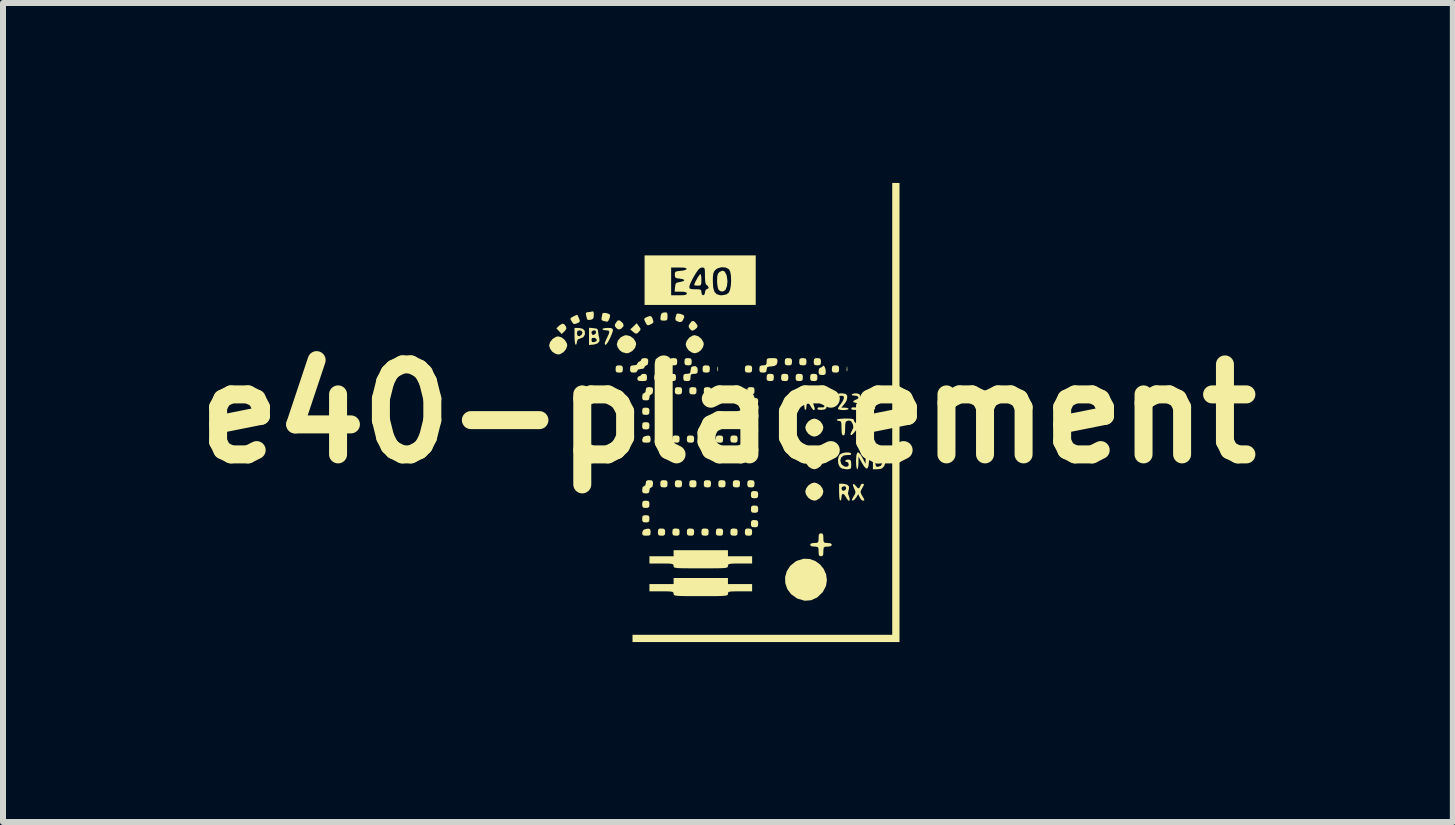
<source format=kicad_pcb>
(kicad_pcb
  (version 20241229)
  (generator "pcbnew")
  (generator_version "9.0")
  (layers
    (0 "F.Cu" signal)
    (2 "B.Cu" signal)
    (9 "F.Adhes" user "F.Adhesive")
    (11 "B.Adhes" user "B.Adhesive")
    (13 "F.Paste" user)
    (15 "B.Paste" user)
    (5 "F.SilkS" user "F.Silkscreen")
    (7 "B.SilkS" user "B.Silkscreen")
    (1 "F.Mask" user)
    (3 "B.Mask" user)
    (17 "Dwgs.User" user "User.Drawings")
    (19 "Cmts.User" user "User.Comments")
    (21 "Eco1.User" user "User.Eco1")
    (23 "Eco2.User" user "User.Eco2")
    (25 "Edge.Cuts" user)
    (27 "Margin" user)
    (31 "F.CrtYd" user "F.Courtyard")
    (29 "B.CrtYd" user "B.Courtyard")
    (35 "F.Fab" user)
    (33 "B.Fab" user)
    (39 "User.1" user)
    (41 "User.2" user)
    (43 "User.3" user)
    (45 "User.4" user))
  (footprint "e40-placement"
    (layer "F.Cu")
    (at 9.086 3.847)
    (property "Reference" "e40-placement" (at 0 0 0) (layer "F.SilkS") (effects (font (size 1.5 1.5) (thickness 0.3))))
    (attr board_only exclude_from_pos_files exclude_from_bom)
    (fp_poly (pts (xy -0.167 -0.781) (xy -0.164 -0.729) (xy -0.167 -0.71) (xy -0.173 -0.704) (xy -0.176 -0.732) (xy -0.177 -0.745) (xy -0.175 -0.782) (xy -0.169 -0.786)) (stroke (width 0) (type solid)) (fill yes) (layer "F.SilkS"))
    (fp_poly (pts (xy 1.78 -0.195) (xy 1.793 -0.181) (xy 1.775 -0.166) (xy 1.742 -0.161) (xy 1.704 -0.168) (xy 1.692 -0.181) (xy 1.709 -0.196) (xy 1.742 -0.201)) (stroke (width 0) (type solid)) (fill yes) (layer "F.SilkS"))
    (fp_poly (pts (xy 1.988 -0.781) (xy 1.991 -0.729) (xy 1.988 -0.71) (xy 1.982 -0.704) (xy 1.979 -0.732) (xy 1.979 -0.745) (xy 1.981 -0.782) (xy 1.986 -0.786)) (stroke (width 0) (type solid)) (fill yes) (layer "F.SilkS"))
    (fp_poly (pts (xy -2.73 -1.493) (xy -2.7 -1.452) (xy -2.693 -1.417) (xy -2.718 -1.381) (xy -2.727 -1.372) (xy -2.772 -1.329) (xy -2.816 -1.376) (xy -2.86 -1.423) (xy -2.812 -1.469) (xy -2.766 -1.5)) (stroke (width 0) (type solid)) (fill yes) (layer "F.SilkS"))
    (fp_poly (pts (xy -1.484 -1.457) (xy -1.459 -1.42) (xy -1.46 -1.396) (xy -1.482 -1.368) (xy -1.513 -1.338) (xy -1.539 -1.335) (xy -1.575 -1.359) (xy -1.585 -1.368) (xy -1.629 -1.405) (xy -1.575 -1.456) (xy -1.521 -1.508)) (stroke (width 0) (type solid)) (fill yes) (layer "F.SilkS"))
    (fp_poly (pts (xy -1.793 -1.546) (xy -1.747 -1.504) (xy -1.74 -1.461) (xy -1.774 -1.422) (xy -1.791 -1.411) (xy -1.828 -1.404) (xy -1.863 -1.43) (xy -1.886 -1.461) (xy -1.884 -1.488) (xy -1.865 -1.52) (xy -1.838 -1.554) (xy -1.812 -1.557)) (stroke (width 0) (type solid)) (fill yes) (layer "F.SilkS"))
    (fp_poly (pts (xy -1.77 -0.801) (xy -1.754 -0.777) (xy -1.752 -0.745) (xy -1.757 -0.702) (xy -1.781 -0.687) (xy -1.813 -0.685) (xy -1.856 -0.69) (xy -1.871 -0.713) (xy -1.873 -0.745) (xy -1.868 -0.788) (xy -1.845 -0.804) (xy -1.813 -0.806)) (stroke (width 0) (type solid)) (fill yes) (layer "F.SilkS"))
    (fp_poly (pts (xy -1.327 -0.096) (xy -1.311 -0.072) (xy -1.309 -0.04) (xy -1.314 0.003) (xy -1.338 0.018) (xy -1.37 0.02) (xy -1.413 0.015) (xy -1.428 -0.008) (xy -1.43 -0.04) (xy -1.425 -0.083) (xy -1.402 -0.099) (xy -1.37 -0.101)) (stroke (width 0) (type solid)) (fill yes) (layer "F.SilkS"))
    (fp_poly (pts (xy -1.327 0.146) (xy -1.311 0.17) (xy -1.309 0.201) (xy -1.314 0.244) (xy -1.338 0.26) (xy -1.37 0.262) (xy -1.413 0.257) (xy -1.428 0.233) (xy -1.43 0.201) (xy -1.425 0.159) (xy -1.402 0.143) (xy -1.37 0.141)) (stroke (width 0) (type solid)) (fill yes) (layer "F.SilkS"))
    (fp_poly (pts (xy -1.327 1.455) (xy -1.311 1.479) (xy -1.309 1.511) (xy -1.314 1.554) (xy -1.338 1.569) (xy -1.37 1.571) (xy -1.413 1.566) (xy -1.428 1.543) (xy -1.43 1.511) (xy -1.425 1.468) (xy -1.402 1.452) (xy -1.37 1.45)) (stroke (width 0) (type solid)) (fill yes) (layer "F.SilkS"))
    (fp_poly (pts (xy -1.327 1.697) (xy -1.311 1.721) (xy -1.309 1.752) (xy -1.314 1.795) (xy -1.338 1.811) (xy -1.37 1.813) (xy -1.413 1.808) (xy -1.428 1.784) (xy -1.43 1.752) (xy -1.425 1.71) (xy -1.402 1.694) (xy -1.37 1.692)) (stroke (width 0) (type solid)) (fill yes) (layer "F.SilkS"))
    (fp_poly (pts (xy -1.299 0.374) (xy -1.29 0.408) (xy -1.289 0.423) (xy -1.293 0.464) (xy -1.313 0.48) (xy -1.36 0.483) (xy -1.407 0.48) (xy -1.427 0.463) (xy -1.43 0.435) (xy -1.415 0.392) (xy -1.385 0.375) (xy -1.328 0.364)) (stroke (width 0) (type solid)) (fill yes) (layer "F.SilkS"))
    (fp_poly (pts (xy -1.299 1.925) (xy -1.29 1.959) (xy -1.289 1.974) (xy -1.293 2.015) (xy -1.313 2.031) (xy -1.36 2.034) (xy -1.407 2.031) (xy -1.427 2.014) (xy -1.43 1.986) (xy -1.415 1.943) (xy -1.385 1.926) (xy -1.328 1.915)) (stroke (width 0) (type solid)) (fill yes) (layer "F.SilkS"))
    (fp_poly (pts (xy -1.125 -0.66) (xy -1.11 -0.636) (xy -1.108 -0.604) (xy -1.113 -0.561) (xy -1.136 -0.546) (xy -1.168 -0.544) (xy -1.211 -0.549) (xy -1.227 -0.572) (xy -1.229 -0.604) (xy -1.224 -0.647) (xy -1.2 -0.663) (xy -1.168 -0.665)) (stroke (width 0) (type solid)) (fill yes) (layer "F.SilkS"))
    (fp_poly (pts (xy -1.105 -0.922) (xy -1.09 -0.898) (xy -1.088 -0.866) (xy -1.093 -0.823) (xy -1.116 -0.808) (xy -1.148 -0.806) (xy -1.191 -0.811) (xy -1.207 -0.834) (xy -1.209 -0.866) (xy -1.204 -0.909) (xy -1.18 -0.925) (xy -1.148 -0.927)) (stroke (width 0) (type solid)) (fill yes) (layer "F.SilkS"))
    (fp_poly (pts (xy -1.065 0.368) (xy -1.049 0.391) (xy -1.047 0.423) (xy -1.052 0.466) (xy -1.076 0.482) (xy -1.108 0.483) (xy -1.151 0.478) (xy -1.166 0.455) (xy -1.168 0.423) (xy -1.163 0.38) (xy -1.14 0.364) (xy -1.108 0.363)) (stroke (width 0) (type solid)) (fill yes) (layer "F.SilkS"))
    (fp_poly (pts (xy -1.065 1.919) (xy -1.049 1.942) (xy -1.047 1.974) (xy -1.052 2.017) (xy -1.076 2.033) (xy -1.108 2.034) (xy -1.151 2.029) (xy -1.166 2.006) (xy -1.168 1.974) (xy -1.163 1.931) (xy -1.14 1.915) (xy -1.108 1.914)) (stroke (width 0) (type solid)) (fill yes) (layer "F.SilkS"))
    (fp_poly (pts (xy -1.025 -0.438) (xy -1.009 -0.415) (xy -1.007 -0.383) (xy -1.012 -0.34) (xy -1.036 -0.324) (xy -1.068 -0.322) (xy -1.11 -0.327) (xy -1.126 -0.351) (xy -1.128 -0.383) (xy -1.123 -0.426) (xy -1.099 -0.441) (xy -1.068 -0.443)) (stroke (width 0) (type solid)) (fill yes) (layer "F.SilkS"))
    (fp_poly (pts (xy -1.025 1.113) (xy -1.009 1.136) (xy -1.007 1.168) (xy -1.012 1.211) (xy -1.036 1.227) (xy -1.068 1.229) (xy -1.11 1.224) (xy -1.126 1.2) (xy -1.128 1.168) (xy -1.123 1.125) (xy -1.099 1.11) (xy -1.068 1.108)) (stroke (width 0) (type solid)) (fill yes) (layer "F.SilkS"))
    (fp_poly (pts (xy -0.884 -0.66) (xy -0.868 -0.636) (xy -0.866 -0.604) (xy -0.871 -0.561) (xy -0.895 -0.546) (xy -0.927 -0.544) (xy -0.969 -0.549) (xy -0.985 -0.572) (xy -0.987 -0.604) (xy -0.982 -0.647) (xy -0.958 -0.663) (xy -0.927 -0.665)) (stroke (width 0) (type solid)) (fill yes) (layer "F.SilkS"))
    (fp_poly (pts (xy -0.864 -0.922) (xy -0.848 -0.898) (xy -0.846 -0.866) (xy -0.851 -0.823) (xy -0.875 -0.808) (xy -0.906 -0.806) (xy -0.949 -0.811) (xy -0.965 -0.834) (xy -0.967 -0.866) (xy -0.962 -0.909) (xy -0.938 -0.925) (xy -0.906 -0.927)) (stroke (width 0) (type solid)) (fill yes) (layer "F.SilkS"))
    (fp_poly (pts (xy -0.823 0.368) (xy -0.808 0.391) (xy -0.806 0.423) (xy -0.811 0.466) (xy -0.834 0.482) (xy -0.866 0.483) (xy -0.909 0.478) (xy -0.925 0.455) (xy -0.927 0.423) (xy -0.922 0.38) (xy -0.898 0.364) (xy -0.866 0.363)) (stroke (width 0) (type solid)) (fill yes) (layer "F.SilkS"))
    (fp_poly (pts (xy -0.823 1.919) (xy -0.808 1.942) (xy -0.806 1.974) (xy -0.811 2.017) (xy -0.834 2.033) (xy -0.866 2.034) (xy -0.909 2.029) (xy -0.925 2.006) (xy -0.927 1.974) (xy -0.922 1.931) (xy -0.898 1.915) (xy -0.866 1.914)) (stroke (width 0) (type solid)) (fill yes) (layer "F.SilkS"))
    (fp_poly (pts (xy -0.783 -0.438) (xy -0.767 -0.415) (xy -0.765 -0.383) (xy -0.77 -0.34) (xy -0.794 -0.324) (xy -0.826 -0.322) (xy -0.869 -0.327) (xy -0.884 -0.351) (xy -0.886 -0.383) (xy -0.881 -0.426) (xy -0.858 -0.441) (xy -0.826 -0.443)) (stroke (width 0) (type solid)) (fill yes) (layer "F.SilkS"))
    (fp_poly (pts (xy -0.783 1.113) (xy -0.767 1.136) (xy -0.765 1.168) (xy -0.77 1.211) (xy -0.794 1.227) (xy -0.826 1.229) (xy -0.869 1.224) (xy -0.884 1.2) (xy -0.886 1.168) (xy -0.881 1.125) (xy -0.858 1.11) (xy -0.826 1.108)) (stroke (width 0) (type solid)) (fill yes) (layer "F.SilkS"))
    (fp_poly (pts (xy -0.622 -0.922) (xy -0.606 -0.898) (xy -0.604 -0.866) (xy -0.609 -0.823) (xy -0.633 -0.808) (xy -0.665 -0.806) (xy -0.708 -0.811) (xy -0.723 -0.834) (xy -0.725 -0.866) (xy -0.72 -0.909) (xy -0.697 -0.925) (xy -0.665 -0.927)) (stroke (width 0) (type solid)) (fill yes) (layer "F.SilkS"))
    (fp_poly (pts (xy -0.582 0.368) (xy -0.566 0.391) (xy -0.564 0.423) (xy -0.569 0.466) (xy -0.593 0.482) (xy -0.624 0.483) (xy -0.667 0.478) (xy -0.683 0.455) (xy -0.685 0.423) (xy -0.68 0.38) (xy -0.656 0.364) (xy -0.624 0.363)) (stroke (width 0) (type solid)) (fill yes) (layer "F.SilkS"))
    (fp_poly (pts (xy -0.582 1.919) (xy -0.566 1.942) (xy -0.564 1.974) (xy -0.569 2.017) (xy -0.593 2.033) (xy -0.624 2.034) (xy -0.667 2.029) (xy -0.683 2.006) (xy -0.685 1.974) (xy -0.68 1.931) (xy -0.656 1.915) (xy -0.624 1.914)) (stroke (width 0) (type solid)) (fill yes) (layer "F.SilkS"))
    (fp_poly (pts (xy -0.541 -0.438) (xy -0.526 -0.415) (xy -0.524 -0.383) (xy -0.529 -0.34) (xy -0.552 -0.324) (xy -0.584 -0.322) (xy -0.627 -0.327) (xy -0.643 -0.351) (xy -0.645 -0.383) (xy -0.64 -0.426) (xy -0.616 -0.441) (xy -0.584 -0.443)) (stroke (width 0) (type solid)) (fill yes) (layer "F.SilkS"))
    (fp_poly (pts (xy -0.541 1.113) (xy -0.526 1.136) (xy -0.524 1.168) (xy -0.529 1.211) (xy -0.552 1.227) (xy -0.584 1.229) (xy -0.627 1.224) (xy -0.643 1.2) (xy -0.645 1.168) (xy -0.64 1.125) (xy -0.616 1.11) (xy -0.584 1.108)) (stroke (width 0) (type solid)) (fill yes) (layer "F.SilkS"))
    (fp_poly (pts (xy -0.34 0.368) (xy -0.324 0.391) (xy -0.322 0.423) (xy -0.327 0.466) (xy -0.351 0.482) (xy -0.383 0.483) (xy -0.426 0.478) (xy -0.441 0.455) (xy -0.443 0.423) (xy -0.438 0.38) (xy -0.415 0.364) (xy -0.383 0.363)) (stroke (width 0) (type solid)) (fill yes) (layer "F.SilkS"))
    (fp_poly (pts (xy -0.34 1.919) (xy -0.324 1.942) (xy -0.322 1.974) (xy -0.327 2.017) (xy -0.351 2.033) (xy -0.383 2.034) (xy -0.426 2.029) (xy -0.441 2.006) (xy -0.443 1.974) (xy -0.438 1.931) (xy -0.415 1.915) (xy -0.383 1.914)) (stroke (width 0) (type solid)) (fill yes) (layer "F.SilkS"))
    (fp_poly (pts (xy -0.32 -0.801) (xy -0.304 -0.777) (xy -0.302 -0.745) (xy -0.307 -0.702) (xy -0.331 -0.687) (xy -0.363 -0.685) (xy -0.405 -0.69) (xy -0.421 -0.713) (xy -0.423 -0.745) (xy -0.418 -0.788) (xy -0.394 -0.804) (xy -0.363 -0.806)) (stroke (width 0) (type solid)) (fill yes) (layer "F.SilkS"))
    (fp_poly (pts (xy -0.3 -0.438) (xy -0.284 -0.415) (xy -0.282 -0.383) (xy -0.287 -0.34) (xy -0.311 -0.324) (xy -0.342 -0.322) (xy -0.385 -0.327) (xy -0.401 -0.351) (xy -0.403 -0.383) (xy -0.398 -0.426) (xy -0.374 -0.441) (xy -0.342 -0.443)) (stroke (width 0) (type solid)) (fill yes) (layer "F.SilkS"))
    (fp_poly (pts (xy -0.3 1.113) (xy -0.284 1.136) (xy -0.282 1.168) (xy -0.287 1.211) (xy -0.311 1.227) (xy -0.342 1.229) (xy -0.385 1.224) (xy -0.401 1.2) (xy -0.403 1.168) (xy -0.398 1.125) (xy -0.374 1.11) (xy -0.342 1.108)) (stroke (width 0) (type solid)) (fill yes) (layer "F.SilkS"))
    (fp_poly (pts (xy -0.098 0.368) (xy -0.082 0.391) (xy -0.081 0.423) (xy -0.086 0.466) (xy -0.109 0.482) (xy -0.141 0.483) (xy -0.184 0.478) (xy -0.2 0.455) (xy -0.201 0.423) (xy -0.196 0.38) (xy -0.173 0.364) (xy -0.141 0.363)) (stroke (width 0) (type solid)) (fill yes) (layer "F.SilkS"))
    (fp_poly (pts (xy -0.098 1.919) (xy -0.082 1.942) (xy -0.081 1.974) (xy -0.086 2.017) (xy -0.109 2.033) (xy -0.141 2.034) (xy -0.184 2.029) (xy -0.2 2.006) (xy -0.201 1.974) (xy -0.196 1.931) (xy -0.173 1.915) (xy -0.141 1.914)) (stroke (width 0) (type solid)) (fill yes) (layer "F.SilkS"))
    (fp_poly (pts (xy -0.058 -0.438) (xy -0.042 -0.415) (xy -0.04 -0.383) (xy -0.045 -0.34) (xy -0.069 -0.324) (xy -0.101 -0.322) (xy -0.144 -0.327) (xy -0.159 -0.351) (xy -0.161 -0.383) (xy -0.156 -0.426) (xy -0.133 -0.441) (xy -0.101 -0.443)) (stroke (width 0) (type solid)) (fill yes) (layer "F.SilkS"))
    (fp_poly (pts (xy -0.058 1.113) (xy -0.042 1.136) (xy -0.04 1.168) (xy -0.045 1.211) (xy -0.069 1.227) (xy -0.101 1.229) (xy -0.144 1.224) (xy -0.159 1.2) (xy -0.161 1.168) (xy -0.156 1.125) (xy -0.133 1.11) (xy -0.101 1.108)) (stroke (width 0) (type solid)) (fill yes) (layer "F.SilkS"))
    (fp_poly (pts (xy 0.144 0.368) (xy 0.159 0.391) (xy 0.161 0.423) (xy 0.156 0.466) (xy 0.133 0.482) (xy 0.101 0.483) (xy 0.058 0.478) (xy 0.042 0.455) (xy 0.04 0.423) (xy 0.045 0.38) (xy 0.069 0.364) (xy 0.101 0.363)) (stroke (width 0) (type solid)) (fill yes) (layer "F.SilkS"))
    (fp_poly (pts (xy 0.144 1.919) (xy 0.159 1.942) (xy 0.161 1.974) (xy 0.156 2.017) (xy 0.133 2.033) (xy 0.101 2.034) (xy 0.058 2.029) (xy 0.042 2.006) (xy 0.04 1.974) (xy 0.045 1.931) (xy 0.069 1.915) (xy 0.101 1.914)) (stroke (width 0) (type solid)) (fill yes) (layer "F.SilkS"))
    (fp_poly (pts (xy 0.184 -0.438) (xy 0.2 -0.415) (xy 0.201 -0.383) (xy 0.196 -0.34) (xy 0.173 -0.324) (xy 0.141 -0.322) (xy 0.098 -0.327) (xy 0.082 -0.351) (xy 0.081 -0.383) (xy 0.086 -0.426) (xy 0.109 -0.441) (xy 0.141 -0.443)) (stroke (width 0) (type solid)) (fill yes) (layer "F.SilkS"))
    (fp_poly (pts (xy 0.184 1.113) (xy 0.2 1.136) (xy 0.201 1.168) (xy 0.196 1.211) (xy 0.173 1.227) (xy 0.141 1.229) (xy 0.098 1.224) (xy 0.082 1.2) (xy 0.081 1.168) (xy 0.086 1.125) (xy 0.109 1.11) (xy 0.141 1.108)) (stroke (width 0) (type solid)) (fill yes) (layer "F.SilkS"))
    (fp_poly (pts (xy 0.385 -0.801) (xy 0.401 -0.777) (xy 0.403 -0.745) (xy 0.398 -0.702) (xy 0.374 -0.687) (xy 0.342 -0.685) (xy 0.3 -0.69) (xy 0.284 -0.713) (xy 0.282 -0.745) (xy 0.287 -0.788) (xy 0.311 -0.804) (xy 0.342 -0.806)) (stroke (width 0) (type solid)) (fill yes) (layer "F.SilkS"))
    (fp_poly (pts (xy 0.385 0.368) (xy 0.401 0.391) (xy 0.403 0.423) (xy 0.398 0.466) (xy 0.374 0.482) (xy 0.342 0.483) (xy 0.3 0.478) (xy 0.284 0.455) (xy 0.282 0.423) (xy 0.287 0.38) (xy 0.311 0.364) (xy 0.342 0.363)) (stroke (width 0) (type solid)) (fill yes) (layer "F.SilkS"))
    (fp_poly (pts (xy 0.385 1.919) (xy 0.401 1.942) (xy 0.403 1.974) (xy 0.398 2.017) (xy 0.374 2.033) (xy 0.342 2.034) (xy 0.3 2.029) (xy 0.284 2.006) (xy 0.282 1.974) (xy 0.287 1.931) (xy 0.311 1.915) (xy 0.342 1.914)) (stroke (width 0) (type solid)) (fill yes) (layer "F.SilkS"))
    (fp_poly (pts (xy 0.426 -0.438) (xy 0.441 -0.415) (xy 0.443 -0.383) (xy 0.438 -0.34) (xy 0.415 -0.324) (xy 0.383 -0.322) (xy 0.34 -0.327) (xy 0.324 -0.351) (xy 0.322 -0.383) (xy 0.327 -0.426) (xy 0.351 -0.441) (xy 0.383 -0.443)) (stroke (width 0) (type solid)) (fill yes) (layer "F.SilkS"))
    (fp_poly (pts (xy 0.426 1.113) (xy 0.441 1.136) (xy 0.443 1.168) (xy 0.438 1.211) (xy 0.415 1.227) (xy 0.383 1.229) (xy 0.34 1.224) (xy 0.324 1.2) (xy 0.322 1.168) (xy 0.327 1.125) (xy 0.351 1.11) (xy 0.383 1.108)) (stroke (width 0) (type solid)) (fill yes) (layer "F.SilkS"))
    (fp_poly (pts (xy 0.486 -0.257) (xy 0.502 -0.233) (xy 0.504 -0.201) (xy 0.499 -0.159) (xy 0.475 -0.143) (xy 0.443 -0.141) (xy 0.4 -0.146) (xy 0.385 -0.17) (xy 0.383 -0.201) (xy 0.388 -0.244) (xy 0.411 -0.26) (xy 0.443 -0.262)) (stroke (width 0) (type solid)) (fill yes) (layer "F.SilkS"))
    (fp_poly (pts (xy 0.486 -0.015) (xy 0.502 0.008) (xy 0.504 0.04) (xy 0.499 0.083) (xy 0.475 0.099) (xy 0.443 0.101) (xy 0.4 0.096) (xy 0.385 0.072) (xy 0.383 0.04) (xy 0.388 -0.003) (xy 0.411 -0.018) (xy 0.443 -0.02)) (stroke (width 0) (type solid)) (fill yes) (layer "F.SilkS"))
    (fp_poly (pts (xy 0.486 0.227) (xy 0.502 0.25) (xy 0.504 0.282) (xy 0.499 0.325) (xy 0.475 0.341) (xy 0.443 0.342) (xy 0.4 0.337) (xy 0.385 0.314) (xy 0.383 0.282) (xy 0.388 0.239) (xy 0.411 0.223) (xy 0.443 0.222)) (stroke (width 0) (type solid)) (fill yes) (layer "F.SilkS"))
    (fp_poly (pts (xy 0.486 1.294) (xy 0.502 1.318) (xy 0.504 1.35) (xy 0.499 1.392) (xy 0.475 1.408) (xy 0.443 1.41) (xy 0.4 1.405) (xy 0.385 1.381) (xy 0.383 1.35) (xy 0.388 1.307) (xy 0.411 1.291) (xy 0.443 1.289)) (stroke (width 0) (type solid)) (fill yes) (layer "F.SilkS"))
    (fp_poly (pts (xy 0.486 1.536) (xy 0.502 1.559) (xy 0.504 1.591) (xy 0.499 1.634) (xy 0.475 1.65) (xy 0.443 1.652) (xy 0.4 1.647) (xy 0.385 1.623) (xy 0.383 1.591) (xy 0.388 1.548) (xy 0.411 1.533) (xy 0.443 1.531)) (stroke (width 0) (type solid)) (fill yes) (layer "F.SilkS"))
    (fp_poly (pts (xy 0.486 1.778) (xy 0.502 1.801) (xy 0.504 1.833) (xy 0.499 1.876) (xy 0.475 1.892) (xy 0.443 1.893) (xy 0.4 1.888) (xy 0.385 1.865) (xy 0.383 1.833) (xy 0.388 1.79) (xy 0.411 1.774) (xy 0.443 1.773)) (stroke (width 0) (type solid)) (fill yes) (layer "F.SilkS"))
    (fp_poly (pts (xy 0.748 -0.66) (xy 0.764 -0.636) (xy 0.765 -0.604) (xy 0.76 -0.561) (xy 0.737 -0.546) (xy 0.705 -0.544) (xy 0.662 -0.549) (xy 0.646 -0.572) (xy 0.645 -0.604) (xy 0.65 -0.647) (xy 0.673 -0.663) (xy 0.705 -0.665)) (stroke (width 0) (type solid)) (fill yes) (layer "F.SilkS"))
    (fp_poly (pts (xy 0.99 -0.66) (xy 1.005 -0.636) (xy 1.007 -0.604) (xy 1.002 -0.561) (xy 0.979 -0.546) (xy 0.947 -0.544) (xy 0.904 -0.549) (xy 0.888 -0.572) (xy 0.886 -0.604) (xy 0.891 -0.647) (xy 0.915 -0.663) (xy 0.947 -0.665)) (stroke (width 0) (type solid)) (fill yes) (layer "F.SilkS"))
    (fp_poly (pts (xy 1.05 -0.922) (xy 1.066 -0.898) (xy 1.068 -0.866) (xy 1.063 -0.823) (xy 1.039 -0.808) (xy 1.007 -0.806) (xy 0.964 -0.811) (xy 0.949 -0.834) (xy 0.947 -0.866) (xy 0.952 -0.909) (xy 0.975 -0.925) (xy 1.007 -0.927)) (stroke (width 0) (type solid)) (fill yes) (layer "F.SilkS"))
    (fp_poly (pts (xy 1.231 -0.66) (xy 1.247 -0.636) (xy 1.249 -0.604) (xy 1.244 -0.561) (xy 1.22 -0.546) (xy 1.188 -0.544) (xy 1.146 -0.549) (xy 1.13 -0.572) (xy 1.128 -0.604) (xy 1.133 -0.647) (xy 1.157 -0.663) (xy 1.188 -0.665)) (stroke (width 0) (type solid)) (fill yes) (layer "F.SilkS"))
    (fp_poly (pts (xy 1.292 -0.922) (xy 1.307 -0.898) (xy 1.309 -0.866) (xy 1.304 -0.823) (xy 1.281 -0.808) (xy 1.249 -0.806) (xy 1.206 -0.811) (xy 1.19 -0.834) (xy 1.188 -0.866) (xy 1.193 -0.909) (xy 1.217 -0.925) (xy 1.249 -0.927)) (stroke (width 0) (type solid)) (fill yes) (layer "F.SilkS"))
    (fp_poly (pts (xy 1.473 -0.66) (xy 1.489 -0.636) (xy 1.491 -0.604) (xy 1.486 -0.561) (xy 1.462 -0.546) (xy 1.43 -0.544) (xy 1.387 -0.549) (xy 1.372 -0.572) (xy 1.37 -0.604) (xy 1.375 -0.647) (xy 1.398 -0.663) (xy 1.43 -0.665)) (stroke (width 0) (type solid)) (fill yes) (layer "F.SilkS"))
    (fp_poly (pts (xy 1.533 -0.922) (xy 1.549 -0.898) (xy 1.551 -0.866) (xy 1.546 -0.823) (xy 1.522 -0.808) (xy 1.491 -0.806) (xy 1.448 -0.811) (xy 1.432 -0.834) (xy 1.43 -0.866) (xy 1.435 -0.909) (xy 1.459 -0.925) (xy 1.491 -0.927)) (stroke (width 0) (type solid)) (fill yes) (layer "F.SilkS"))
    (fp_poly (pts (xy 1.836 -0.801) (xy 1.851 -0.777) (xy 1.853 -0.745) (xy 1.848 -0.702) (xy 1.825 -0.687) (xy 1.793 -0.685) (xy 1.75 -0.69) (xy 1.734 -0.713) (xy 1.732 -0.745) (xy 1.737 -0.788) (xy 1.761 -0.804) (xy 1.793 -0.806)) (stroke (width 0) (type solid)) (fill yes) (layer "F.SilkS"))
    (fp_poly (pts (xy 2.86 -0.02) (xy 2.86 3.807) (xy 0.634 3.807) (xy -1.591 3.807) (xy -1.591 3.747) (xy -1.591 3.686) (xy 0.574 3.686) (xy 2.739 3.686) (xy 2.739 -0.081) (xy 2.739 -3.847) (xy 2.8 -3.847) (xy 2.86 -3.847)) (stroke (width 0) (type solid)) (fill yes) (layer "F.SilkS"))
    (fp_poly (pts (xy -0.537 -1.514) (xy -0.537 -1.514) (xy -0.507 -1.47) (xy -0.515 -1.434) (xy -0.551 -1.404) (xy -0.588 -1.384) (xy -0.613 -1.392) (xy -0.633 -1.413) (xy -0.655 -1.446) (xy -0.652 -1.475) (xy -0.635 -1.502) (xy -0.603 -1.542) (xy -0.573 -1.546)) (stroke (width 0) (type solid)) (fill yes) (layer "F.SilkS"))
    (fp_poly (pts (xy -1.278 -1.623) (xy -1.258 -1.589) (xy -1.253 -1.574) (xy -1.242 -1.531) (xy -1.256 -1.507) (xy -1.282 -1.493) (xy -1.325 -1.475) (xy -1.348 -1.478) (xy -1.368 -1.508) (xy -1.378 -1.528) (xy -1.396 -1.569) (xy -1.39 -1.591) (xy -1.358 -1.609) (xy -1.307 -1.628)) (stroke (width 0) (type solid)) (fill yes) (layer "F.SilkS"))
    (fp_poly (pts (xy -1.01 -1.671) (xy -1.007 -1.625) (xy -1.007 -1.623) (xy -1.01 -1.575) (xy -1.027 -1.555) (xy -1.067 -1.551) (xy -1.069 -1.551) (xy -1.111 -1.555) (xy -1.126 -1.574) (xy -1.124 -1.616) (xy -1.114 -1.663) (xy -1.087 -1.684) (xy -1.063 -1.688) (xy -1.026 -1.689)) (stroke (width 0) (type solid)) (fill yes) (layer "F.SilkS"))
    (fp_poly (pts (xy -0.806 -1.666) (xy -0.787 -1.662) (xy -0.74 -1.644) (xy -0.728 -1.614) (xy -0.748 -1.564) (xy -0.751 -1.559) (xy -0.776 -1.53) (xy -0.81 -1.529) (xy -0.831 -1.535) (xy -0.87 -1.555) (xy -0.878 -1.585) (xy -0.873 -1.608) (xy -0.861 -1.654) (xy -0.843 -1.67)) (stroke (width 0) (type solid)) (fill yes) (layer "F.SilkS"))
    (fp_poly (pts (xy 1.611 -0.784) (xy 1.626 -0.746) (xy 1.631 -0.7) (xy 1.626 -0.661) (xy 1.601 -0.646) (xy 1.571 -0.645) (xy 1.528 -0.65) (xy 1.513 -0.673) (xy 1.511 -0.705) (xy 1.519 -0.752) (xy 1.539 -0.765) (xy 1.572 -0.781) (xy 1.578 -0.791) (xy 1.593 -0.802)) (stroke (width 0) (type solid)) (fill yes) (layer "F.SilkS"))
    (fp_poly (pts (xy -2.237 -1.677) (xy -2.236 -1.646) (xy -2.241 -1.597) (xy -2.261 -1.574) (xy -2.287 -1.566) (xy -2.327 -1.563) (xy -2.344 -1.569) (xy -2.354 -1.596) (xy -2.364 -1.637) (xy -2.369 -1.677) (xy -2.353 -1.691) (xy -2.339 -1.692) (xy -2.288 -1.698) (xy -2.268 -1.704) (xy -2.246 -1.704)) (stroke (width 0) (type solid)) (fill yes) (layer "F.SilkS"))
    (fp_poly (pts (xy -0.451 -2.317) (xy -0.444 -2.271) (xy -0.443 -2.237) (xy -0.444 -2.177) (xy -0.452 -2.147) (xy -0.473 -2.136) (xy -0.504 -2.135) (xy -0.546 -2.138) (xy -0.564 -2.146) (xy -0.564 -2.146) (xy -0.554 -2.175) (xy -0.531 -2.223) (xy -0.502 -2.274) (xy -0.475 -2.313) (xy -0.464 -2.326)) (stroke (width 0) (type solid)) (fill yes) (layer "F.SilkS"))
    (fp_poly (pts (xy -2.51 -1.648) (xy -2.5 -1.627) (xy -2.482 -1.586) (xy -2.468 -1.545) (xy -2.48 -1.524) (xy -2.509 -1.51) (xy -2.552 -1.495) (xy -2.574 -1.497) (xy -2.595 -1.523) (xy -2.606 -1.54) (xy -2.626 -1.575) (xy -2.62 -1.596) (xy -2.585 -1.618) (xy -2.576 -1.622) (xy -2.534 -1.642) (xy -2.511 -1.649)) (stroke (width 0) (type solid)) (fill yes) (layer "F.SilkS"))
    (fp_poly (pts (xy -1.998 -1.669) (xy -1.968 -1.652) (xy -1.965 -1.628) (xy -1.975 -1.588) (xy -1.993 -1.551) (xy -2.01 -1.533) (xy -2.012 -1.534) (xy -2.04 -1.539) (xy -2.072 -1.545) (xy -2.106 -1.56) (xy -2.108 -1.593) (xy -2.107 -1.598) (xy -2.097 -1.645) (xy -2.095 -1.667) (xy -2.079 -1.68) (xy -2.041 -1.68)) (stroke (width 0) (type solid)) (fill yes) (layer "F.SilkS"))
    (fp_poly (pts (xy -1.364 -0.658) (xy -1.351 -0.631) (xy -1.35 -0.604) (xy -1.353 -0.566) (xy -1.37 -0.548) (xy -1.413 -0.544) (xy -1.43 -0.544) (xy -1.483 -0.547) (xy -1.506 -0.561) (xy -1.511 -0.584) (xy -1.498 -0.617) (xy -1.48 -0.624) (xy -1.454 -0.635) (xy -1.45 -0.645) (xy -1.433 -0.66) (xy -1.4 -0.665)) (stroke (width 0) (type solid)) (fill yes) (layer "F.SilkS"))
    (fp_poly (pts (xy -1.627 -1.292) (xy -1.571 -1.249) (xy -1.536 -1.191) (xy -1.531 -1.158) (xy -1.549 -1.097) (xy -1.595 -1.045) (xy -1.657 -1.012) (xy -1.692 -1.007) (xy -1.763 -1.026) (xy -1.804 -1.057) (xy -1.838 -1.106) (xy -1.853 -1.156) (xy -1.853 -1.158) (xy -1.835 -1.219) (xy -1.789 -1.272) (xy -1.727 -1.304) (xy -1.692 -1.309)) (stroke (width 0) (type solid)) (fill yes) (layer "F.SilkS"))
    (fp_poly (pts (xy -2.772 -1.272) (xy -2.719 -1.228) (xy -2.685 -1.171) (xy -2.679 -1.138) (xy -2.697 -1.08) (xy -2.74 -1.027) (xy -2.797 -0.993) (xy -2.83 -0.987) (xy -2.88 -1.001) (xy -2.93 -1.035) (xy -2.932 -1.036) (xy -2.966 -1.086) (xy -2.981 -1.136) (xy -2.981 -1.138) (xy -2.964 -1.196) (xy -2.92 -1.249) (xy -2.863 -1.283) (xy -2.83 -1.289)) (stroke (width 0) (type solid)) (fill yes) (layer "F.SilkS"))
    (fp_poly (pts (xy -0.054 -2.369) (xy -0.026 -2.316) (xy -0.019 -2.293) (xy -0.008 -2.209) (xy -0.016 -2.128) (xy -0.041 -2.065) (xy -0.045 -2.06) (xy -0.085 -2.036) (xy -0.131 -2.044) (xy -0.16 -2.073) (xy -0.172 -2.115) (xy -0.18 -2.18) (xy -0.181 -2.223) (xy -0.178 -2.293) (xy -0.166 -2.335) (xy -0.142 -2.362) (xy -0.139 -2.364) (xy -0.091 -2.385)) (stroke (width 0) (type solid)) (fill yes) (layer "F.SilkS"))
    (fp_poly (pts (xy -1.266 -0.438) (xy -1.251 -0.415) (xy -1.249 -0.383) (xy -1.258 -0.335) (xy -1.279 -0.322) (xy -1.303 -0.305) (xy -1.309 -0.272) (xy -1.316 -0.236) (xy -1.343 -0.223) (xy -1.37 -0.222) (xy -1.413 -0.227) (xy -1.428 -0.25) (xy -1.43 -0.282) (xy -1.421 -0.33) (xy -1.4 -0.342) (xy -1.376 -0.36) (xy -1.37 -0.393) (xy -1.363 -0.429) (xy -1.336 -0.442) (xy -1.309 -0.443)) (stroke (width 0) (type solid)) (fill yes) (layer "F.SilkS"))
    (fp_poly (pts (xy -1.266 1.113) (xy -1.251 1.136) (xy -1.249 1.168) (xy -1.258 1.216) (xy -1.279 1.229) (xy -1.303 1.246) (xy -1.309 1.279) (xy -1.316 1.315) (xy -1.343 1.328) (xy -1.37 1.329) (xy -1.413 1.324) (xy -1.428 1.301) (xy -1.43 1.269) (xy -1.421 1.221) (xy -1.4 1.209) (xy -1.376 1.191) (xy -1.37 1.158) (xy -1.363 1.122) (xy -1.336 1.109) (xy -1.309 1.108)) (stroke (width 0) (type solid)) (fill yes) (layer "F.SilkS"))
    (fp_poly (pts (xy -0.496 -1.292) (xy -0.443 -1.248) (xy -0.409 -1.191) (xy -0.403 -1.158) (xy -0.417 -1.108) (xy -0.451 -1.058) (xy -0.452 -1.057) (xy -0.501 -1.022) (xy -0.552 -1.007) (xy -0.554 -1.007) (xy -0.604 -1.021) (xy -0.654 -1.055) (xy -0.656 -1.057) (xy -0.69 -1.106) (xy -0.705 -1.156) (xy -0.705 -1.158) (xy -0.687 -1.216) (xy -0.644 -1.269) (xy -0.587 -1.303) (xy -0.554 -1.309)) (stroke (width 0) (type solid)) (fill yes) (layer "F.SilkS"))
    (fp_poly (pts (xy -1.951 -1.428) (xy -1.923 -1.415) (xy -1.917 -1.387) (xy -1.933 -1.336) (xy -1.965 -1.261) (xy -1.999 -1.196) (xy -2.028 -1.156) (xy -2.047 -1.146) (xy -2.055 -1.169) (xy -2.046 -1.199) (xy -2.025 -1.248) (xy -2.014 -1.269) (xy -1.985 -1.333) (xy -1.978 -1.369) (xy -1.994 -1.386) (xy -2.034 -1.39) (xy -2.077 -1.396) (xy -2.095 -1.41) (xy -2.095 -1.41) (xy -2.077 -1.422) (xy -2.031 -1.429) (xy -2.004 -1.43)) (stroke (width 0) (type solid)) (fill yes) (layer "F.SilkS"))
    (fp_poly (pts (xy 1.49 1.162) (xy 1.54 1.196) (xy 1.542 1.198) (xy 1.576 1.247) (xy 1.591 1.297) (xy 1.591 1.299) (xy 1.574 1.357) (xy 1.53 1.41) (xy 1.473 1.444) (xy 1.44 1.45) (xy 1.39 1.436) (xy 1.34 1.403) (xy 1.339 1.401) (xy 1.304 1.352) (xy 1.289 1.301) (xy 1.289 1.299) (xy 1.303 1.249) (xy 1.337 1.199) (xy 1.339 1.198) (xy 1.388 1.163) (xy 1.438 1.148) (xy 1.44 1.148)) (stroke (width 0) (type solid)) (fill yes) (layer "F.SilkS"))
    (fp_poly (pts (xy -0.509 -0.763) (xy -0.504 -0.723) (xy -0.509 -0.682) (xy -0.533 -0.666) (xy -0.564 -0.665) (xy -0.607 -0.66) (xy -0.623 -0.636) (xy -0.624 -0.604) (xy -0.629 -0.561) (xy -0.653 -0.546) (xy -0.685 -0.544) (xy -0.728 -0.549) (xy -0.743 -0.572) (xy -0.745 -0.604) (xy -0.74 -0.647) (xy -0.717 -0.663) (xy -0.685 -0.665) (xy -0.642 -0.67) (xy -0.626 -0.693) (xy -0.624 -0.723) (xy -0.613 -0.773) (xy -0.589 -0.79) (xy -0.536 -0.792)) (stroke (width 0) (type solid)) (fill yes) (layer "F.SilkS"))
    (fp_poly (pts (xy 1.363 2.422) (xy 1.455 2.455) (xy 1.534 2.512) (xy 1.596 2.588) (xy 1.636 2.677) (xy 1.65 2.774) (xy 1.634 2.873) (xy 1.583 2.97) (xy 1.575 2.98) (xy 1.487 3.064) (xy 1.387 3.11) (xy 1.279 3.118) (xy 1.165 3.085) (xy 1.148 3.077) (xy 1.053 3.009) (xy 0.989 2.923) (xy 0.956 2.826) (xy 0.953 2.724) (xy 0.981 2.625) (xy 1.038 2.537) (xy 1.126 2.465) (xy 1.156 2.45) (xy 1.262 2.418)) (stroke (width 0) (type solid)) (fill yes) (layer "F.SilkS"))
    (fp_poly (pts (xy 1.49 0.095) (xy 1.54 0.128) (xy 1.542 0.13) (xy 1.576 0.179) (xy 1.591 0.23) (xy 1.591 0.232) (xy 1.577 0.282) (xy 1.544 0.332) (xy 1.542 0.333) (xy 1.493 0.368) (xy 1.442 0.383) (xy 1.44 0.383) (xy 1.39 0.369) (xy 1.34 0.335) (xy 1.339 0.333) (xy 1.304 0.284) (xy 1.289 0.233) (xy 1.289 0.232) (xy 1.303 0.181) (xy 1.337 0.132) (xy 1.339 0.13) (xy 1.388 0.096) (xy 1.438 0.081) (xy 1.44 0.081)) (stroke (width 0) (type solid)) (fill yes) (layer "F.SilkS"))
    (fp_poly (pts (xy 1.49 0.638) (xy 1.54 0.672) (xy 1.542 0.674) (xy 1.576 0.723) (xy 1.591 0.774) (xy 1.591 0.775) (xy 1.577 0.826) (xy 1.544 0.875) (xy 1.542 0.877) (xy 1.493 0.911) (xy 1.442 0.927) (xy 1.44 0.927) (xy 1.39 0.913) (xy 1.34 0.879) (xy 1.339 0.877) (xy 1.304 0.828) (xy 1.289 0.777) (xy 1.289 0.775) (xy 1.303 0.725) (xy 1.337 0.676) (xy 1.339 0.674) (xy 1.388 0.64) (xy 1.438 0.624) (xy 1.44 0.624)) (stroke (width 0) (type solid)) (fill yes) (layer "F.SilkS"))
    (fp_poly (pts (xy -1.347 -0.922) (xy -1.331 -0.898) (xy -1.329 -0.866) (xy -1.338 -0.818) (xy -1.36 -0.806) (xy -1.386 -0.79) (xy -1.39 -0.775) (xy -1.408 -0.752) (xy -1.45 -0.745) (xy -1.498 -0.736) (xy -1.511 -0.715) (xy -1.529 -0.691) (xy -1.571 -0.685) (xy -1.614 -0.69) (xy -1.63 -0.713) (xy -1.632 -0.745) (xy -1.627 -0.788) (xy -1.603 -0.804) (xy -1.571 -0.806) (xy -1.523 -0.815) (xy -1.511 -0.836) (xy -1.495 -0.863) (xy -1.48 -0.866) (xy -1.454 -0.882) (xy -1.45 -0.896) (xy -1.432 -0.92) (xy -1.39 -0.927)) (stroke (width 0) (type solid)) (fill yes) (layer "F.SilkS"))
    (fp_poly (pts (xy 0.791 -0.925) (xy 0.817 -0.915) (xy 0.825 -0.889) (xy 0.826 -0.868) (xy 0.814 -0.822) (xy 0.776 -0.796) (xy 0.706 -0.786) (xy 0.69 -0.786) (xy 0.655 -0.776) (xy 0.645 -0.739) (xy 0.645 -0.735) (xy 0.638 -0.699) (xy 0.61 -0.686) (xy 0.584 -0.685) (xy 0.541 -0.69) (xy 0.526 -0.713) (xy 0.524 -0.745) (xy 0.529 -0.788) (xy 0.552 -0.804) (xy 0.584 -0.806) (xy 0.627 -0.811) (xy 0.643 -0.834) (xy 0.645 -0.866) (xy 0.647 -0.903) (xy 0.662 -0.921) (xy 0.701 -0.926) (xy 0.735 -0.927)) (stroke (width 0) (type solid)) (fill yes) (layer "F.SilkS"))
    (fp_poly (pts (xy 2.344 0.651) (xy 2.352 0.677) (xy 2.354 0.73) (xy 2.353 0.781) (xy 2.344 0.864) (xy 2.329 0.909) (xy 2.304 0.914) (xy 2.271 0.88) (xy 2.231 0.816) (xy 2.176 0.715) (xy 2.176 0.821) (xy 2.172 0.88) (xy 2.163 0.918) (xy 2.155 0.927) (xy 2.145 0.908) (xy 2.138 0.858) (xy 2.135 0.786) (xy 2.135 0.786) (xy 2.14 0.7) (xy 2.153 0.653) (xy 2.175 0.645) (xy 2.207 0.677) (xy 2.245 0.74) (xy 2.294 0.836) (xy 2.295 0.74) (xy 2.299 0.679) (xy 2.312 0.65) (xy 2.327 0.645)) (stroke (width 0) (type solid)) (fill yes) (layer "F.SilkS"))
    (fp_poly (pts (xy -2.423 -1.417) (xy -2.387 -1.381) (xy -2.384 -1.324) (xy -2.385 -1.319) (xy -2.412 -1.275) (xy -2.458 -1.256) (xy -2.502 -1.239) (xy -2.517 -1.206) (xy -2.518 -1.196) (xy -2.525 -1.159) (xy -2.538 -1.148) (xy -2.548 -1.167) (xy -2.555 -1.217) (xy -2.558 -1.289) (xy -2.558 -1.289) (xy -2.558 -1.339) (xy -2.518 -1.339) (xy -2.506 -1.299) (xy -2.476 -1.291) (xy -2.439 -1.317) (xy -2.438 -1.318) (xy -2.424 -1.356) (xy -2.444 -1.383) (xy -2.479 -1.39) (xy -2.51 -1.377) (xy -2.518 -1.339) (xy -2.558 -1.339) (xy -2.558 -1.43) (xy -2.49 -1.43)) (stroke (width 0) (type solid)) (fill yes) (layer "F.SilkS"))
    (fp_poly (pts (xy 1.909 -0.339) (xy 1.96 -0.33) (xy 1.983 -0.31) (xy 1.99 -0.28) (xy 1.978 -0.218) (xy 1.943 -0.164) (xy 1.89 -0.101) (xy 1.952 -0.101) (xy 1.995 -0.095) (xy 2.014 -0.081) (xy 2.014 -0.081) (xy 1.996 -0.069) (xy 1.951 -0.061) (xy 1.924 -0.06) (xy 1.867 -0.065) (xy 1.836 -0.077) (xy 1.833 -0.083) (xy 1.845 -0.111) (xy 1.875 -0.154) (xy 1.883 -0.165) (xy 1.916 -0.214) (xy 1.933 -0.259) (xy 1.934 -0.266) (xy 1.926 -0.295) (xy 1.895 -0.299) (xy 1.883 -0.297) (xy 1.843 -0.298) (xy 1.833 -0.316) (xy 1.846 -0.335) (xy 1.888 -0.34)) (stroke (width 0) (type solid)) (fill yes) (layer "F.SilkS"))
    (fp_poly (pts (xy 2.406 -0.334) (xy 2.435 -0.307) (xy 2.444 -0.284) (xy 2.443 -0.259) (xy 2.428 -0.224) (xy 2.396 -0.167) (xy 2.381 -0.143) (xy 2.366 -0.112) (xy 2.381 -0.102) (xy 2.406 -0.101) (xy 2.445 -0.094) (xy 2.457 -0.081) (xy 2.439 -0.069) (xy 2.394 -0.061) (xy 2.367 -0.06) (xy 2.313 -0.063) (xy 2.28 -0.069) (xy 2.276 -0.073) (xy 2.288 -0.094) (xy 2.317 -0.135) (xy 2.337 -0.161) (xy 2.383 -0.229) (xy 2.397 -0.275) (xy 2.378 -0.297) (xy 2.336 -0.298) (xy 2.293 -0.297) (xy 2.282 -0.311) (xy 2.305 -0.328) (xy 2.351 -0.338) (xy 2.352 -0.339)) (stroke (width 0) (type solid)) (fill yes) (layer "F.SilkS"))
    (fp_poly (pts (xy 2.558 0.657) (xy 2.608 0.695) (xy 2.628 0.744) (xy 2.628 0.812) (xy 2.603 0.876) (xy 2.57 0.911) (xy 2.536 0.922) (xy 2.483 0.926) (xy 2.483 0.926) (xy 2.417 0.927) (xy 2.417 0.786) (xy 2.457 0.786) (xy 2.46 0.847) (xy 2.469 0.877) (xy 2.489 0.886) (xy 2.494 0.886) (xy 2.538 0.874) (xy 2.554 0.862) (xy 2.573 0.824) (xy 2.578 0.786) (xy 2.564 0.725) (xy 2.524 0.69) (xy 2.494 0.685) (xy 2.472 0.692) (xy 2.461 0.718) (xy 2.457 0.774) (xy 2.457 0.786) (xy 2.417 0.786) (xy 2.417 0.645) (xy 2.479 0.645)) (stroke (width 0) (type solid)) (fill yes) (layer "F.SilkS"))
    (fp_poly (pts (xy 1.608 -0.337) (xy 1.638 -0.324) (xy 1.642 -0.308) (xy 1.61 -0.302) (xy 1.595 -0.302) (xy 1.546 -0.295) (xy 1.534 -0.276) (xy 1.56 -0.246) (xy 1.592 -0.226) (xy 1.635 -0.194) (xy 1.648 -0.156) (xy 1.647 -0.131) (xy 1.639 -0.091) (xy 1.615 -0.072) (xy 1.566 -0.064) (xy 1.512 -0.065) (xy 1.491 -0.08) (xy 1.491 -0.086) (xy 1.505 -0.105) (xy 1.551 -0.105) (xy 1.551 -0.105) (xy 1.597 -0.107) (xy 1.612 -0.128) (xy 1.597 -0.159) (xy 1.55 -0.192) (xy 1.55 -0.192) (xy 1.507 -0.222) (xy 1.493 -0.258) (xy 1.494 -0.278) (xy 1.508 -0.32) (xy 1.546 -0.337) (xy 1.558 -0.339)) (stroke (width 0) (type solid)) (fill yes) (layer "F.SilkS"))
    (fp_poly (pts (xy 2.19 -0.327) (xy 2.206 -0.297) (xy 2.208 -0.272) (xy 2.215 -0.214) (xy 2.226 -0.174) (xy 2.23 -0.123) (xy 2.199 -0.085) (xy 2.138 -0.065) (xy 2.128 -0.064) (xy 2.075 -0.065) (xy 2.055 -0.081) (xy 2.055 -0.086) (xy 2.069 -0.105) (xy 2.115 -0.105) (xy 2.115 -0.105) (xy 2.158 -0.103) (xy 2.174 -0.12) (xy 2.175 -0.139) (xy 2.162 -0.174) (xy 2.136 -0.181) (xy 2.096 -0.19) (xy 2.088 -0.209) (xy 2.117 -0.227) (xy 2.125 -0.23) (xy 2.168 -0.251) (xy 2.175 -0.277) (xy 2.148 -0.297) (xy 2.111 -0.302) (xy 2.069 -0.306) (xy 2.064 -0.319) (xy 2.068 -0.324) (xy 2.103 -0.338) (xy 2.148 -0.339)) (stroke (width 0) (type solid)) (fill yes) (layer "F.SilkS"))
    (fp_poly (pts (xy 1.4 -0.33) (xy 1.433 -0.297) (xy 1.433 -0.25) (xy 1.426 -0.235) (xy 1.417 -0.181) (xy 1.428 -0.148) (xy 1.446 -0.092) (xy 1.443 -0.062) (xy 1.424 -0.061) (xy 1.396 -0.095) (xy 1.386 -0.114) (xy 1.355 -0.163) (xy 1.329 -0.176) (xy 1.312 -0.154) (xy 1.309 -0.123) (xy 1.304 -0.079) (xy 1.29 -0.06) (xy 1.289 -0.06) (xy 1.279 -0.079) (xy 1.272 -0.129) (xy 1.269 -0.201) (xy 1.269 -0.201) (xy 1.269 -0.26) (xy 1.309 -0.26) (xy 1.322 -0.231) (xy 1.35 -0.226) (xy 1.376 -0.244) (xy 1.386 -0.267) (xy 1.379 -0.296) (xy 1.351 -0.302) (xy 1.317 -0.289) (xy 1.309 -0.26) (xy 1.269 -0.26) (xy 1.269 -0.342) (xy 1.338 -0.342)) (stroke (width 0) (type solid)) (fill yes) (layer "F.SilkS"))
    (fp_poly (pts (xy 1.984 1.181) (xy 2.018 1.213) (xy 2.017 1.261) (xy 2.01 1.276) (xy 2.001 1.33) (xy 2.012 1.363) (xy 2.03 1.419) (xy 2.027 1.449) (xy 2.009 1.45) (xy 1.981 1.416) (xy 1.97 1.396) (xy 1.939 1.348) (xy 1.913 1.335) (xy 1.897 1.357) (xy 1.893 1.388) (xy 1.888 1.431) (xy 1.874 1.45) (xy 1.873 1.45) (xy 1.863 1.432) (xy 1.856 1.382) (xy 1.853 1.309) (xy 1.853 1.309) (xy 1.853 1.25) (xy 1.893 1.25) (xy 1.906 1.28) (xy 1.934 1.285) (xy 1.961 1.266) (xy 1.97 1.244) (xy 1.963 1.215) (xy 1.935 1.209) (xy 1.901 1.222) (xy 1.893 1.25) (xy 1.853 1.25) (xy 1.853 1.168) (xy 1.923 1.168)) (stroke (width 0) (type solid)) (fill yes) (layer "F.SilkS"))
    (fp_poly (pts (xy 2.047 0.657) (xy 2.055 0.671) (xy 2.04 0.689) (xy 1.992 0.689) (xy 1.991 0.689) (xy 1.931 0.696) (xy 1.889 0.729) (xy 1.873 0.778) (xy 1.887 0.832) (xy 1.905 0.855) (xy 1.948 0.882) (xy 1.988 0.884) (xy 2.012 0.862) (xy 2.014 0.846) (xy 2.002 0.813) (xy 1.984 0.806) (xy 1.957 0.795) (xy 1.954 0.786) (xy 1.971 0.77) (xy 2.004 0.765) (xy 2.037 0.77) (xy 2.051 0.791) (xy 2.055 0.839) (xy 2.055 0.846) (xy 2.053 0.898) (xy 2.039 0.92) (xy 2.003 0.926) (xy 1.977 0.927) (xy 1.904 0.915) (xy 1.866 0.89) (xy 1.84 0.836) (xy 1.834 0.769) (xy 1.849 0.707) (xy 1.87 0.678) (xy 1.909 0.657) (xy 1.961 0.646) (xy 2.012 0.646)) (stroke (width 0) (type solid)) (fill yes) (layer "F.SilkS"))
    (fp_poly (pts (xy 2.266 1.173) (xy 2.264 1.193) (xy 2.24 1.237) (xy 2.24 1.237) (xy 2.215 1.283) (xy 2.211 1.313) (xy 2.226 1.349) (xy 2.238 1.368) (xy 2.266 1.417) (xy 2.274 1.442) (xy 2.262 1.45) (xy 2.249 1.45) (xy 2.222 1.434) (xy 2.197 1.395) (xy 2.172 1.341) (xy 2.139 1.395) (xy 2.108 1.434) (xy 2.079 1.45) (xy 2.078 1.45) (xy 2.066 1.44) (xy 2.079 1.407) (xy 2.094 1.381) (xy 2.121 1.334) (xy 2.126 1.3) (xy 2.111 1.262) (xy 2.104 1.248) (xy 2.084 1.197) (xy 2.087 1.173) (xy 2.108 1.178) (xy 2.136 1.209) (xy 2.165 1.241) (xy 2.184 1.242) (xy 2.195 1.229) (xy 2.213 1.195) (xy 2.215 1.183) (xy 2.232 1.17) (xy 2.248 1.168)) (stroke (width 0) (type solid)) (fill yes) (layer "F.SilkS"))
    (fp_poly (pts (xy -2.241 -1.426) (xy -2.191 -1.419) (xy -2.169 -1.4) (xy -2.163 -1.361) (xy -2.163 -1.36) (xy -2.156 -1.302) (xy -2.145 -1.261) (xy -2.141 -1.211) (xy -2.172 -1.173) (xy -2.233 -1.153) (xy -2.243 -1.152) (xy -2.316 -1.146) (xy -2.316 -1.229) (xy -2.276 -1.229) (xy -2.267 -1.196) (xy -2.233 -1.192) (xy -2.231 -1.192) (xy -2.195 -1.209) (xy -2.185 -1.229) (xy -2.203 -1.255) (xy -2.231 -1.265) (xy -2.266 -1.262) (xy -2.276 -1.231) (xy -2.276 -1.229) (xy -2.316 -1.229) (xy -2.316 -1.289) (xy -2.316 -1.348) (xy -2.276 -1.348) (xy -2.263 -1.318) (xy -2.236 -1.313) (xy -2.209 -1.332) (xy -2.199 -1.355) (xy -2.207 -1.384) (xy -2.234 -1.39) (xy -2.269 -1.377) (xy -2.276 -1.348) (xy -2.316 -1.348) (xy -2.316 -1.433)) (stroke (width 0) (type solid)) (fill yes) (layer "F.SilkS"))
    (fp_poly (pts (xy 1.577 2.001) (xy 1.589 2.028) (xy 1.591 2.075) (xy 1.593 2.126) (xy 1.607 2.149) (xy 1.641 2.155) (xy 1.662 2.155) (xy 1.714 2.162) (xy 1.732 2.183) (xy 1.732 2.185) (xy 1.717 2.208) (xy 1.668 2.216) (xy 1.662 2.216) (xy 1.617 2.218) (xy 1.597 2.233) (xy 1.591 2.272) (xy 1.591 2.296) (xy 1.588 2.349) (xy 1.574 2.372) (xy 1.551 2.377) (xy 1.525 2.37) (xy 1.513 2.343) (xy 1.511 2.296) (xy 1.509 2.245) (xy 1.495 2.222) (xy 1.461 2.216) (xy 1.44 2.216) (xy 1.388 2.209) (xy 1.37 2.188) (xy 1.37 2.185) (xy 1.385 2.163) (xy 1.434 2.155) (xy 1.44 2.155) (xy 1.485 2.153) (xy 1.505 2.138) (xy 1.511 2.098) (xy 1.511 2.075) (xy 1.514 2.022) (xy 1.528 1.999) (xy 1.551 1.994)) (stroke (width 0) (type solid)) (fill yes) (layer "F.SilkS"))
    (fp_poly (pts (xy 0 2.326) (xy 0 2.377) (xy 0.201 2.377) (xy 0.403 2.377) (xy 0.403 2.437) (xy 0.403 2.498) (xy 0.201 2.498) (xy 0.11 2.498) (xy 0.051 2.501) (xy 0.018 2.507) (xy 0.003 2.518) (xy 0.000017 2.536) (xy 0 2.538) (xy -0.001 2.551) (xy -0.009 2.561) (xy -0.028 2.568) (xy -0.062 2.573) (xy -0.118 2.576) (xy -0.199 2.577) (xy -0.311 2.578) (xy -0.453 2.578) (xy -0.599 2.578) (xy -0.71 2.577) (xy -0.791 2.576) (xy -0.845 2.573) (xy -0.879 2.568) (xy -0.898 2.561) (xy -0.905 2.551) (xy -0.906 2.538) (xy -0.909 2.52) (xy -0.922 2.508) (xy -0.953 2.501) (xy -1.009 2.498) (xy -1.097 2.498) (xy -1.108 2.498) (xy -1.309 2.498) (xy -1.309 2.437) (xy -1.309 2.377) (xy -1.108 2.377) (xy -0.906 2.377) (xy -0.906 2.326) (xy -0.906 2.276) (xy -0.453 2.276) (xy 0 2.276)) (stroke (width 0) (type solid)) (fill yes) (layer "F.SilkS"))
    (fp_poly (pts (xy 0 2.79) (xy 0 2.84) (xy 0.201 2.84) (xy 0.403 2.84) (xy 0.403 2.901) (xy 0.403 2.961) (xy 0.201 2.961) (xy 0.11 2.962) (xy 0.051 2.964) (xy 0.018 2.97) (xy 0.003 2.981) (xy 0.000017 2.999) (xy 0 3.001) (xy -0.001 3.014) (xy -0.009 3.024) (xy -0.028 3.031) (xy -0.062 3.036) (xy -0.118 3.039) (xy -0.199 3.041) (xy -0.311 3.041) (xy -0.453 3.042) (xy -0.599 3.041) (xy -0.71 3.041) (xy -0.791 3.039) (xy -0.845 3.036) (xy -0.879 3.031) (xy -0.898 3.024) (xy -0.905 3.014) (xy -0.906 3.001) (xy -0.909 2.983) (xy -0.922 2.971) (xy -0.953 2.965) (xy -1.009 2.962) (xy -1.097 2.961) (xy -1.108 2.961) (xy -1.309 2.961) (xy -1.309 2.901) (xy -1.309 2.84) (xy -1.108 2.84) (xy -0.906 2.84) (xy -0.906 2.79) (xy -0.906 2.739) (xy -0.453 2.739) (xy 0 2.739)) (stroke (width 0) (type solid)) (fill yes) (layer "F.SilkS"))
    (fp_poly (pts (xy 2.057 0.084) (xy 2.09 0.091) (xy 2.095 0.096) (xy 2.105 0.124) (xy 2.115 0.141) (xy 2.133 0.157) (xy 2.154 0.145) (xy 2.174 0.121) (xy 2.208 0.087) (xy 2.226 0.087) (xy 2.224 0.117) (xy 2.206 0.16) (xy 2.187 0.204) (xy 2.187 0.237) (xy 2.207 0.278) (xy 2.216 0.293) (xy 2.242 0.337) (xy 2.245 0.358) (xy 2.227 0.363) (xy 2.196 0.346) (xy 2.171 0.311) (xy 2.148 0.26) (xy 2.103 0.316) (xy 2.065 0.354) (xy 2.045 0.356) (xy 2.045 0.329) (xy 2.066 0.285) (xy 2.089 0.236) (xy 2.087 0.194) (xy 2.077 0.166) (xy 2.053 0.125) (xy 2.021 0.114) (xy 2.003 0.116) (xy 1.975 0.125) (xy 1.961 0.144) (xy 1.955 0.184) (xy 1.954 0.244) (xy 1.951 0.313) (xy 1.943 0.35) (xy 1.926 0.362) (xy 1.924 0.363) (xy 1.906 0.353) (xy 1.897 0.32) (xy 1.893 0.256) (xy 1.893 0.242) (xy 1.892 0.174) (xy 1.885 0.138) (xy 1.871 0.123) (xy 1.853 0.121) (xy 1.82 0.112) (xy 1.813 0.101) (xy 1.831 0.091) (xy 1.877 0.085) (xy 1.938 0.081) (xy 2.002 0.081)) (stroke (width 0) (type solid)) (fill yes) (layer "F.SilkS"))
    (fp_poly (pts (xy 0.463 -2.226) (xy 0.463 -1.813) (xy -0.463 -1.813) (xy -1.39 -1.813) (xy -1.39 -2.226) (xy -1.39 -2.437) (xy -0.947 -2.437) (xy -0.947 -2.206) (xy -0.947 -1.974) (xy -0.816 -1.974) (xy -0.742 -1.976) (xy -0.702 -1.983) (xy -0.686 -1.997) (xy -0.685 -2.004) (xy -0.696 -2.023) (xy -0.733 -2.032) (xy -0.787 -2.034) (xy -0.889 -2.034) (xy -0.882 -2.11) (xy -0.881 -2.117) (xy -0.645 -2.117) (xy -0.64 -2.091) (xy -0.618 -2.079) (xy -0.571 -2.075) (xy -0.544 -2.075) (xy -0.484 -2.073) (xy -0.454 -2.065) (xy -0.444 -2.045) (xy -0.443 -2.024) (xy -0.433 -1.984) (xy -0.413 -1.974) (xy -0.389 -1.991) (xy -0.383 -2.024) (xy -0.372 -2.065) (xy -0.352 -2.075) (xy -0.326 -2.09) (xy -0.322 -2.103) (xy -0.339 -2.134) (xy -0.352 -2.142) (xy -0.369 -2.16) (xy -0.379 -2.201) (xy -0.379 -2.207) (xy -0.252 -2.207) (xy -0.246 -2.104) (xy -0.226 -2.034) (xy -0.189 -1.993) (xy -0.132 -1.976) (xy -0.101 -1.974) (xy -0.025 -1.989) (xy 0.012 -2.016) (xy 0.034 -2.062) (xy 0.048 -2.133) (xy 0.053 -2.216) (xy 0.05 -2.298) (xy 0.038 -2.367) (xy 0.017 -2.408) (xy -0.037 -2.437) (xy -0.106 -2.442) (xy -0.173 -2.424) (xy -0.207 -2.4) (xy -0.231 -2.371) (xy -0.245 -2.333) (xy -0.251 -2.277) (xy -0.252 -2.207) (xy -0.379 -2.207) (xy -0.383 -2.273) (xy -0.383 -2.296) (xy -0.384 -2.37) (xy -0.388 -2.412) (xy -0.399 -2.432) (xy -0.419 -2.437) (xy -0.431 -2.437) (xy -0.461 -2.43) (xy -0.492 -2.403) (xy -0.53 -2.35) (xy -0.562 -2.298) (xy -0.601 -2.227) (xy -0.63 -2.164) (xy -0.644 -2.122) (xy -0.645 -2.117) (xy -0.881 -2.117) (xy -0.875 -2.16) (xy -0.855 -2.184) (xy -0.809 -2.194) (xy -0.8 -2.196) (xy -0.744 -2.209) (xy -0.727 -2.226) (xy -0.748 -2.242) (xy -0.805 -2.252) (xy -0.857 -2.259) (xy -0.88 -2.274) (xy -0.886 -2.308) (xy -0.886 -2.316) (xy -0.883 -2.352) (xy -0.867 -2.37) (xy -0.827 -2.378) (xy -0.792 -2.381) (xy -0.734 -2.389) (xy -0.696 -2.404) (xy -0.69 -2.412) (xy -0.697 -2.426) (xy -0.734 -2.435) (xy -0.806 -2.437) (xy -0.814 -2.437) (xy -0.947 -2.437) (xy -1.39 -2.437) (xy -1.39 -2.639) (xy -0.463 -2.639) (xy 0.463 -2.639)) (stroke (width 0) (type solid)) (fill yes) (layer "F.SilkS")))
  (gr_rect
    (start -3 -3)
    (end 21.171 10.654)
    (stroke (width 0.1) (type default))
    (fill no)
    (layer "Edge.Cuts")))
</source>
